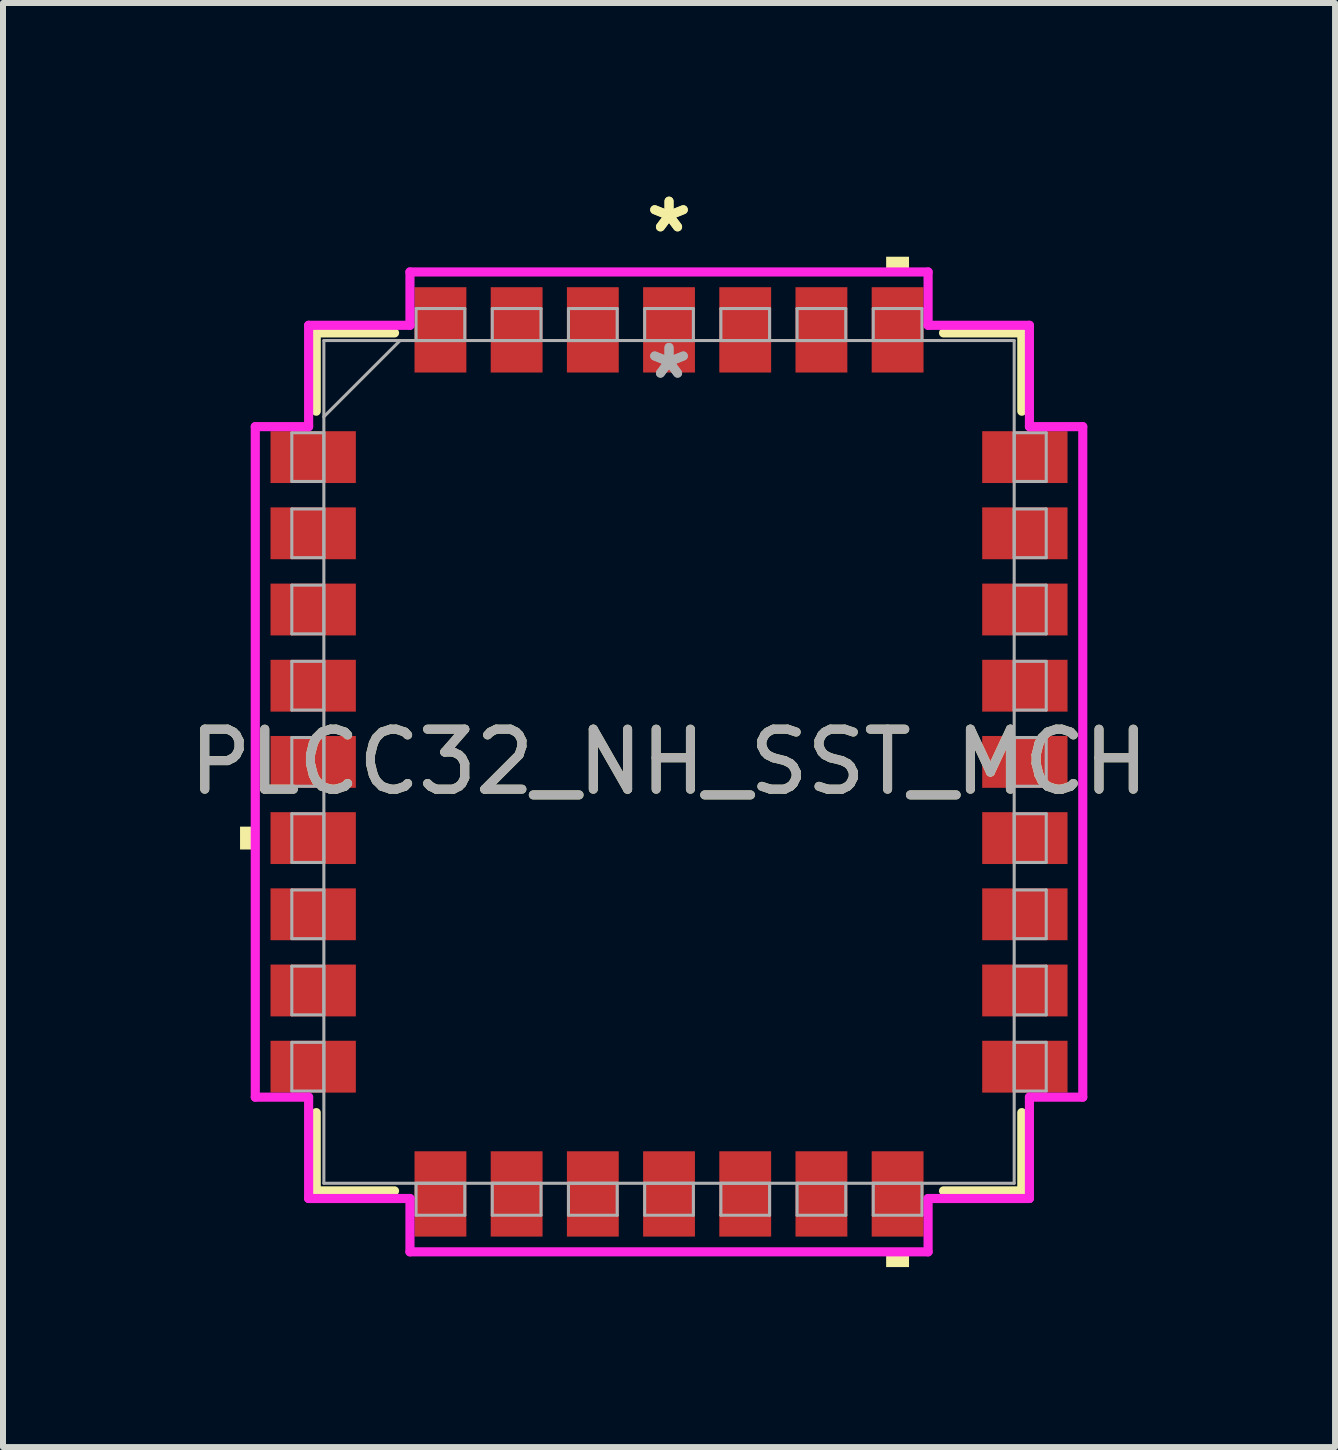
<source format=kicad_pcb>
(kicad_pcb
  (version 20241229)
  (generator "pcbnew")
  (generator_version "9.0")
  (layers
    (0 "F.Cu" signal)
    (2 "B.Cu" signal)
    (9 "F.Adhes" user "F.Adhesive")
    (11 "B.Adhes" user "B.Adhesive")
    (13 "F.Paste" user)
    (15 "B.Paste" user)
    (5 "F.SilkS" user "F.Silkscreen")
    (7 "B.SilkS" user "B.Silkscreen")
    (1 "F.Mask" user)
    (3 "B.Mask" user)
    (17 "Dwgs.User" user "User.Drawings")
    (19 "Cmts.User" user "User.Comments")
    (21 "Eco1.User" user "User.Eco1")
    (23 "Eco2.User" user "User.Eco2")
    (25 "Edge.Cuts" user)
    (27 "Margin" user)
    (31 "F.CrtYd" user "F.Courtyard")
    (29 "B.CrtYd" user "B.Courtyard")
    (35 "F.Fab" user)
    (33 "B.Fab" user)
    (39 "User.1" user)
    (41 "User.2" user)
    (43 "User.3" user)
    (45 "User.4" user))
  (footprint "PLCC32_NH_SST_MCH"
    (layer "F.Cu")
    (at 8.101 9.649)
    (property "Reference" "PLCC32_NH_SST_MCH" (at 0 0 0) (unlocked yes) (layer "F.SilkS") (effects (font (size 1 1) (thickness 0.15))))
    (attr smd)
    (fp_line (start -5.88 -7.15) (end -5.88 -5.845) (stroke (width 0.152) (type solid)) (layer "F.SilkS"))
    (fp_line (start -5.88 5.845) (end -5.88 7.15) (stroke (width 0.152) (type solid)) (layer "F.SilkS"))
    (fp_line (start -5.88 7.15) (end -4.575 7.15) (stroke (width 0.152) (type solid)) (layer "F.SilkS"))
    (fp_line (start -4.575 -7.15) (end -5.88 -7.15) (stroke (width 0.152) (type solid)) (layer "F.SilkS"))
    (fp_line (start 4.575 7.15) (end 5.88 7.15) (stroke (width 0.152) (type solid)) (layer "F.SilkS"))
    (fp_line (start 5.88 -7.15) (end 4.575 -7.15) (stroke (width 0.152) (type solid)) (layer "F.SilkS"))
    (fp_line (start 5.88 -5.845) (end 5.88 -7.15) (stroke (width 0.152) (type solid)) (layer "F.SilkS"))
    (fp_line (start 5.88 7.15) (end 5.88 5.845) (stroke (width 0.152) (type solid)) (layer "F.SilkS"))
    (fp_poly (pts (xy -7.15 1.079) (xy -7.15 1.46) (xy -6.896 1.46) (xy -6.896 1.079)) (stroke (width 0) (type solid)) (fill yes) (layer "F.SilkS"))
    (fp_poly (pts (xy 3.619 -8.166) (xy 3.619 -8.42) (xy 4 -8.42) (xy 4 -8.166)) (stroke (width 0) (type solid)) (fill yes) (layer "F.SilkS"))
    (fp_poly (pts (xy 3.619 8.166) (xy 3.619 8.42) (xy 4 8.42) (xy 4 8.166)) (stroke (width 0) (type solid)) (fill yes) (layer "F.SilkS"))
    (fp_line (start -6.896 -5.588) (end -6.007 -5.588) (stroke (width 0.152) (type solid)) (layer "F.CrtYd"))
    (fp_line (start -6.896 5.588) (end -6.896 -5.588) (stroke (width 0.152) (type solid)) (layer "F.CrtYd"))
    (fp_line (start -6.896 5.588) (end -6.007 5.588) (stroke (width 0.152) (type solid)) (layer "F.CrtYd"))
    (fp_line (start -6.007 -7.277) (end -4.318 -7.277) (stroke (width 0.152) (type solid)) (layer "F.CrtYd"))
    (fp_line (start -6.007 -5.588) (end -6.007 -7.277) (stroke (width 0.152) (type solid)) (layer "F.CrtYd"))
    (fp_line (start -6.007 7.277) (end -6.007 5.588) (stroke (width 0.152) (type solid)) (layer "F.CrtYd"))
    (fp_line (start -4.318 -8.166) (end 4.318 -8.166) (stroke (width 0.152) (type solid)) (layer "F.CrtYd"))
    (fp_line (start -4.318 -7.277) (end -4.318 -8.166) (stroke (width 0.152) (type solid)) (layer "F.CrtYd"))
    (fp_line (start -4.318 7.277) (end -6.007 7.277) (stroke (width 0.152) (type solid)) (layer "F.CrtYd"))
    (fp_line (start -4.318 8.166) (end -4.318 7.277) (stroke (width 0.152) (type solid)) (layer "F.CrtYd"))
    (fp_line (start 4.318 -8.166) (end 4.318 -7.277) (stroke (width 0.152) (type solid)) (layer "F.CrtYd"))
    (fp_line (start 4.318 -7.277) (end 6.007 -7.277) (stroke (width 0.152) (type solid)) (layer "F.CrtYd"))
    (fp_line (start 4.318 7.277) (end 4.318 8.166) (stroke (width 0.152) (type solid)) (layer "F.CrtYd"))
    (fp_line (start 4.318 8.166) (end -4.318 8.166) (stroke (width 0.152) (type solid)) (layer "F.CrtYd"))
    (fp_line (start 6.007 -7.277) (end 6.007 -5.588) (stroke (width 0.152) (type solid)) (layer "F.CrtYd"))
    (fp_line (start 6.007 -5.588) (end 6.896 -5.588) (stroke (width 0.152) (type solid)) (layer "F.CrtYd"))
    (fp_line (start 6.007 5.588) (end 6.007 7.277) (stroke (width 0.152) (type solid)) (layer "F.CrtYd"))
    (fp_line (start 6.007 7.277) (end 4.318 7.277) (stroke (width 0.152) (type solid)) (layer "F.CrtYd"))
    (fp_line (start 6.896 -5.588) (end 6.896 5.588) (stroke (width 0.152) (type solid)) (layer "F.CrtYd"))
    (fp_line (start 6.896 5.588) (end 6.007 5.588) (stroke (width 0.152) (type solid)) (layer "F.CrtYd"))
    (fp_line (start -6.287 -5.486) (end -6.287 -4.674) (stroke (width 0.051) (type solid)) (layer "F.Fab"))
    (fp_line (start -6.287 -4.674) (end -5.753 -4.674) (stroke (width 0.051) (type solid)) (layer "F.Fab"))
    (fp_line (start -6.287 -4.216) (end -6.287 -3.404) (stroke (width 0.051) (type solid)) (layer "F.Fab"))
    (fp_line (start -6.287 -3.404) (end -5.753 -3.404) (stroke (width 0.051) (type solid)) (layer "F.Fab"))
    (fp_line (start -6.287 -2.946) (end -6.287 -2.134) (stroke (width 0.051) (type solid)) (layer "F.Fab"))
    (fp_line (start -6.287 -2.134) (end -5.753 -2.134) (stroke (width 0.051) (type solid)) (layer "F.Fab"))
    (fp_line (start -6.287 -1.676) (end -6.287 -0.864) (stroke (width 0.051) (type solid)) (layer "F.Fab"))
    (fp_line (start -6.287 -0.864) (end -5.753 -0.864) (stroke (width 0.051) (type solid)) (layer "F.Fab"))
    (fp_line (start -6.287 -0.406) (end -6.287 0.406) (stroke (width 0.051) (type solid)) (layer "F.Fab"))
    (fp_line (start -6.287 0.406) (end -5.753 0.406) (stroke (width 0.051) (type solid)) (layer "F.Fab"))
    (fp_line (start -6.287 0.864) (end -6.287 1.676) (stroke (width 0.051) (type solid)) (layer "F.Fab"))
    (fp_line (start -6.287 1.676) (end -5.753 1.676) (stroke (width 0.051) (type solid)) (layer "F.Fab"))
    (fp_line (start -6.287 2.134) (end -6.287 2.946) (stroke (width 0.051) (type solid)) (layer "F.Fab"))
    (fp_line (start -6.287 2.946) (end -5.753 2.946) (stroke (width 0.051) (type solid)) (layer "F.Fab"))
    (fp_line (start -6.287 3.404) (end -6.287 4.216) (stroke (width 0.051) (type solid)) (layer "F.Fab"))
    (fp_line (start -6.287 4.216) (end -5.753 4.216) (stroke (width 0.051) (type solid)) (layer "F.Fab"))
    (fp_line (start -6.287 4.674) (end -6.287 5.486) (stroke (width 0.051) (type solid)) (layer "F.Fab"))
    (fp_line (start -6.287 5.486) (end -5.753 5.486) (stroke (width 0.051) (type solid)) (layer "F.Fab"))
    (fp_line (start -5.753 -7.023) (end -5.753 7.023) (stroke (width 0.051) (type solid)) (layer "F.Fab"))
    (fp_line (start -5.753 -5.753) (end -4.483 -7.023) (stroke (width 0.051) (type solid)) (layer "F.Fab"))
    (fp_line (start -5.753 -5.486) (end -6.287 -5.486) (stroke (width 0.051) (type solid)) (layer "F.Fab"))
    (fp_line (start -5.753 -4.674) (end -5.753 -5.486) (stroke (width 0.051) (type solid)) (layer "F.Fab"))
    (fp_line (start -5.753 -4.216) (end -6.287 -4.216) (stroke (width 0.051) (type solid)) (layer "F.Fab"))
    (fp_line (start -5.753 -3.404) (end -5.753 -4.216) (stroke (width 0.051) (type solid)) (layer "F.Fab"))
    (fp_line (start -5.753 -2.946) (end -6.287 -2.946) (stroke (width 0.051) (type solid)) (layer "F.Fab"))
    (fp_line (start -5.753 -2.134) (end -5.753 -2.946) (stroke (width 0.051) (type solid)) (layer "F.Fab"))
    (fp_line (start -5.753 -1.676) (end -6.287 -1.676) (stroke (width 0.051) (type solid)) (layer "F.Fab"))
    (fp_line (start -5.753 -0.864) (end -5.753 -1.676) (stroke (width 0.051) (type solid)) (layer "F.Fab"))
    (fp_line (start -5.753 -0.406) (end -6.287 -0.406) (stroke (width 0.051) (type solid)) (layer "F.Fab"))
    (fp_line (start -5.753 0.406) (end -5.753 -0.406) (stroke (width 0.051) (type solid)) (layer "F.Fab"))
    (fp_line (start -5.753 0.864) (end -6.287 0.864) (stroke (width 0.051) (type solid)) (layer "F.Fab"))
    (fp_line (start -5.753 1.676) (end -5.753 0.864) (stroke (width 0.051) (type solid)) (layer "F.Fab"))
    (fp_line (start -5.753 2.134) (end -6.287 2.134) (stroke (width 0.051) (type solid)) (layer "F.Fab"))
    (fp_line (start -5.753 2.946) (end -5.753 2.134) (stroke (width 0.051) (type solid)) (layer "F.Fab"))
    (fp_line (start -5.753 3.404) (end -6.287 3.404) (stroke (width 0.051) (type solid)) (layer "F.Fab"))
    (fp_line (start -5.753 4.216) (end -5.753 3.404) (stroke (width 0.051) (type solid)) (layer "F.Fab"))
    (fp_line (start -5.753 4.674) (end -6.287 4.674) (stroke (width 0.051) (type solid)) (layer "F.Fab"))
    (fp_line (start -5.753 5.486) (end -5.753 4.674) (stroke (width 0.051) (type solid)) (layer "F.Fab"))
    (fp_line (start -5.753 7.023) (end 5.753 7.023) (stroke (width 0.051) (type solid)) (layer "F.Fab"))
    (fp_line (start -4.216 -7.556) (end -4.216 -7.023) (stroke (width 0.051) (type solid)) (layer "F.Fab"))
    (fp_line (start -4.216 -7.023) (end -3.404 -7.023) (stroke (width 0.051) (type solid)) (layer "F.Fab"))
    (fp_line (start -4.216 7.023) (end -4.216 7.556) (stroke (width 0.051) (type solid)) (layer "F.Fab"))
    (fp_line (start -4.216 7.556) (end -3.404 7.556) (stroke (width 0.051) (type solid)) (layer "F.Fab"))
    (fp_line (start -3.404 -7.556) (end -4.216 -7.556) (stroke (width 0.051) (type solid)) (layer "F.Fab"))
    (fp_line (start -3.404 -7.023) (end -3.404 -7.556) (stroke (width 0.051) (type solid)) (layer "F.Fab"))
    (fp_line (start -3.404 7.023) (end -4.216 7.023) (stroke (width 0.051) (type solid)) (layer "F.Fab"))
    (fp_line (start -3.404 7.556) (end -3.404 7.023) (stroke (width 0.051) (type solid)) (layer "F.Fab"))
    (fp_line (start -2.946 -7.556) (end -2.946 -7.023) (stroke (width 0.051) (type solid)) (layer "F.Fab"))
    (fp_line (start -2.946 -7.023) (end -2.134 -7.023) (stroke (width 0.051) (type solid)) (layer "F.Fab"))
    (fp_line (start -2.946 7.023) (end -2.946 7.556) (stroke (width 0.051) (type solid)) (layer "F.Fab"))
    (fp_line (start -2.946 7.556) (end -2.134 7.556) (stroke (width 0.051) (type solid)) (layer "F.Fab"))
    (fp_line (start -2.134 -7.556) (end -2.946 -7.556) (stroke (width 0.051) (type solid)) (layer "F.Fab"))
    (fp_line (start -2.134 -7.023) (end -2.134 -7.556) (stroke (width 0.051) (type solid)) (layer "F.Fab"))
    (fp_line (start -2.134 7.023) (end -2.946 7.023) (stroke (width 0.051) (type solid)) (layer "F.Fab"))
    (fp_line (start -2.134 7.556) (end -2.134 7.023) (stroke (width 0.051) (type solid)) (layer "F.Fab"))
    (fp_line (start -1.676 -7.556) (end -1.676 -7.023) (stroke (width 0.051) (type solid)) (layer "F.Fab"))
    (fp_line (start -1.676 -7.023) (end -0.864 -7.023) (stroke (width 0.051) (type solid)) (layer "F.Fab"))
    (fp_line (start -1.676 7.023) (end -1.676 7.556) (stroke (width 0.051) (type solid)) (layer "F.Fab"))
    (fp_line (start -1.676 7.556) (end -0.864 7.556) (stroke (width 0.051) (type solid)) (layer "F.Fab"))
    (fp_line (start -0.864 -7.556) (end -1.676 -7.556) (stroke (width 0.051) (type solid)) (layer "F.Fab"))
    (fp_line (start -0.864 -7.023) (end -0.864 -7.556) (stroke (width 0.051) (type solid)) (layer "F.Fab"))
    (fp_line (start -0.864 7.023) (end -1.676 7.023) (stroke (width 0.051) (type solid)) (layer "F.Fab"))
    (fp_line (start -0.864 7.556) (end -0.864 7.023) (stroke (width 0.051) (type solid)) (layer "F.Fab"))
    (fp_line (start -0.406 -7.556) (end -0.406 -7.023) (stroke (width 0.051) (type solid)) (layer "F.Fab"))
    (fp_line (start -0.406 -7.023) (end 0.406 -7.023) (stroke (width 0.051) (type solid)) (layer "F.Fab"))
    (fp_line (start -0.406 7.023) (end -0.406 7.556) (stroke (width 0.051) (type solid)) (layer "F.Fab"))
    (fp_line (start -0.406 7.556) (end 0.406 7.556) (stroke (width 0.051) (type solid)) (layer "F.Fab"))
    (fp_line (start 0.406 -7.556) (end -0.406 -7.556) (stroke (width 0.051) (type solid)) (layer "F.Fab"))
    (fp_line (start 0.406 -7.023) (end 0.406 -7.556) (stroke (width 0.051) (type solid)) (layer "F.Fab"))
    (fp_line (start 0.406 7.023) (end -0.406 7.023) (stroke (width 0.051) (type solid)) (layer "F.Fab"))
    (fp_line (start 0.406 7.556) (end 0.406 7.023) (stroke (width 0.051) (type solid)) (layer "F.Fab"))
    (fp_line (start 0.864 -7.556) (end 0.864 -7.023) (stroke (width 0.051) (type solid)) (layer "F.Fab"))
    (fp_line (start 0.864 -7.023) (end 1.676 -7.023) (stroke (width 0.051) (type solid)) (layer "F.Fab"))
    (fp_line (start 0.864 7.023) (end 0.864 7.556) (stroke (width 0.051) (type solid)) (layer "F.Fab"))
    (fp_line (start 0.864 7.556) (end 1.676 7.556) (stroke (width 0.051) (type solid)) (layer "F.Fab"))
    (fp_line (start 1.676 -7.556) (end 0.864 -7.556) (stroke (width 0.051) (type solid)) (layer "F.Fab"))
    (fp_line (start 1.676 -7.023) (end 1.676 -7.556) (stroke (width 0.051) (type solid)) (layer "F.Fab"))
    (fp_line (start 1.676 7.023) (end 0.864 7.023) (stroke (width 0.051) (type solid)) (layer "F.Fab"))
    (fp_line (start 1.676 7.556) (end 1.676 7.023) (stroke (width 0.051) (type solid)) (layer "F.Fab"))
    (fp_line (start 2.134 -7.556) (end 2.134 -7.023) (stroke (width 0.051) (type solid)) (layer "F.Fab"))
    (fp_line (start 2.134 -7.023) (end 2.946 -7.023) (stroke (width 0.051) (type solid)) (layer "F.Fab"))
    (fp_line (start 2.134 7.023) (end 2.134 7.556) (stroke (width 0.051) (type solid)) (layer "F.Fab"))
    (fp_line (start 2.134 7.556) (end 2.946 7.556) (stroke (width 0.051) (type solid)) (layer "F.Fab"))
    (fp_line (start 2.946 -7.556) (end 2.134 -7.556) (stroke (width 0.051) (type solid)) (layer "F.Fab"))
    (fp_line (start 2.946 -7.023) (end 2.946 -7.556) (stroke (width 0.051) (type solid)) (layer "F.Fab"))
    (fp_line (start 2.946 7.023) (end 2.134 7.023) (stroke (width 0.051) (type solid)) (layer "F.Fab"))
    (fp_line (start 2.946 7.556) (end 2.946 7.023) (stroke (width 0.051) (type solid)) (layer "F.Fab"))
    (fp_line (start 3.404 -7.556) (end 3.404 -7.023) (stroke (width 0.051) (type solid)) (layer "F.Fab"))
    (fp_line (start 3.404 -7.023) (end 4.216 -7.023) (stroke (width 0.051) (type solid)) (layer "F.Fab"))
    (fp_line (start 3.404 7.023) (end 3.404 7.556) (stroke (width 0.051) (type solid)) (layer "F.Fab"))
    (fp_line (start 3.404 7.556) (end 4.216 7.556) (stroke (width 0.051) (type solid)) (layer "F.Fab"))
    (fp_line (start 4.216 -7.556) (end 3.404 -7.556) (stroke (width 0.051) (type solid)) (layer "F.Fab"))
    (fp_line (start 4.216 -7.023) (end 4.216 -7.556) (stroke (width 0.051) (type solid)) (layer "F.Fab"))
    (fp_line (start 4.216 7.023) (end 3.404 7.023) (stroke (width 0.051) (type solid)) (layer "F.Fab"))
    (fp_line (start 4.216 7.556) (end 4.216 7.023) (stroke (width 0.051) (type solid)) (layer "F.Fab"))
    (fp_line (start 5.753 -7.023) (end -5.753 -7.023) (stroke (width 0.051) (type solid)) (layer "F.Fab"))
    (fp_line (start 5.753 -5.486) (end 5.753 -4.674) (stroke (width 0.051) (type solid)) (layer "F.Fab"))
    (fp_line (start 5.753 -4.674) (end 6.287 -4.674) (stroke (width 0.051) (type solid)) (layer "F.Fab"))
    (fp_line (start 5.753 -4.216) (end 5.753 -3.404) (stroke (width 0.051) (type solid)) (layer "F.Fab"))
    (fp_line (start 5.753 -3.404) (end 6.287 -3.404) (stroke (width 0.051) (type solid)) (layer "F.Fab"))
    (fp_line (start 5.753 -2.946) (end 5.753 -2.134) (stroke (width 0.051) (type solid)) (layer "F.Fab"))
    (fp_line (start 5.753 -2.134) (end 6.287 -2.134) (stroke (width 0.051) (type solid)) (layer "F.Fab"))
    (fp_line (start 5.753 -1.676) (end 5.753 -0.864) (stroke (width 0.051) (type solid)) (layer "F.Fab"))
    (fp_line (start 5.753 -0.864) (end 6.287 -0.864) (stroke (width 0.051) (type solid)) (layer "F.Fab"))
    (fp_line (start 5.753 -0.406) (end 5.753 0.406) (stroke (width 0.051) (type solid)) (layer "F.Fab"))
    (fp_line (start 5.753 0.406) (end 6.287 0.406) (stroke (width 0.051) (type solid)) (layer "F.Fab"))
    (fp_line (start 5.753 0.864) (end 5.753 1.676) (stroke (width 0.051) (type solid)) (layer "F.Fab"))
    (fp_line (start 5.753 1.676) (end 6.287 1.676) (stroke (width 0.051) (type solid)) (layer "F.Fab"))
    (fp_line (start 5.753 2.134) (end 5.753 2.946) (stroke (width 0.051) (type solid)) (layer "F.Fab"))
    (fp_line (start 5.753 2.946) (end 6.287 2.946) (stroke (width 0.051) (type solid)) (layer "F.Fab"))
    (fp_line (start 5.753 3.404) (end 5.753 4.216) (stroke (width 0.051) (type solid)) (layer "F.Fab"))
    (fp_line (start 5.753 4.216) (end 6.287 4.216) (stroke (width 0.051) (type solid)) (layer "F.Fab"))
    (fp_line (start 5.753 4.674) (end 5.753 5.486) (stroke (width 0.051) (type solid)) (layer "F.Fab"))
    (fp_line (start 5.753 5.486) (end 6.287 5.486) (stroke (width 0.051) (type solid)) (layer "F.Fab"))
    (fp_line (start 5.753 7.023) (end 5.753 -7.023) (stroke (width 0.051) (type solid)) (layer "F.Fab"))
    (fp_line (start 6.287 -5.486) (end 5.753 -5.486) (stroke (width 0.051) (type solid)) (layer "F.Fab"))
    (fp_line (start 6.287 -4.674) (end 6.287 -5.486) (stroke (width 0.051) (type solid)) (layer "F.Fab"))
    (fp_line (start 6.287 -4.216) (end 5.753 -4.216) (stroke (width 0.051) (type solid)) (layer "F.Fab"))
    (fp_line (start 6.287 -3.404) (end 6.287 -4.216) (stroke (width 0.051) (type solid)) (layer "F.Fab"))
    (fp_line (start 6.287 -2.946) (end 5.753 -2.946) (stroke (width 0.051) (type solid)) (layer "F.Fab"))
    (fp_line (start 6.287 -2.134) (end 6.287 -2.946) (stroke (width 0.051) (type solid)) (layer "F.Fab"))
    (fp_line (start 6.287 -1.676) (end 5.753 -1.676) (stroke (width 0.051) (type solid)) (layer "F.Fab"))
    (fp_line (start 6.287 -0.864) (end 6.287 -1.676) (stroke (width 0.051) (type solid)) (layer "F.Fab"))
    (fp_line (start 6.287 -0.406) (end 5.753 -0.406) (stroke (width 0.051) (type solid)) (layer "F.Fab"))
    (fp_line (start 6.287 0.406) (end 6.287 -0.406) (stroke (width 0.051) (type solid)) (layer "F.Fab"))
    (fp_line (start 6.287 0.864) (end 5.753 0.864) (stroke (width 0.051) (type solid)) (layer "F.Fab"))
    (fp_line (start 6.287 1.676) (end 6.287 0.864) (stroke (width 0.051) (type solid)) (layer "F.Fab"))
    (fp_line (start 6.287 2.134) (end 5.753 2.134) (stroke (width 0.051) (type solid)) (layer "F.Fab"))
    (fp_line (start 6.287 2.946) (end 6.287 2.134) (stroke (width 0.051) (type solid)) (layer "F.Fab"))
    (fp_line (start 6.287 3.404) (end 5.753 3.404) (stroke (width 0.051) (type solid)) (layer "F.Fab"))
    (fp_line (start 6.287 4.216) (end 6.287 3.404) (stroke (width 0.051) (type solid)) (layer "F.Fab"))
    (fp_line (start 6.287 4.674) (end 5.753 4.674) (stroke (width 0.051) (type solid)) (layer "F.Fab"))
    (fp_line (start 6.287 5.486) (end 6.287 4.674) (stroke (width 0.051) (type solid)) (layer "F.Fab"))
    (fp_text user "*" (at 0 -8.801 0) (unlocked yes) (layer "F.SilkS") (effects (font (size 1 1) (thickness 0.15))))
    (fp_text user "*" (at 0 -8.801 0) (layer "F.SilkS") (effects (font (size 1 1) (thickness 0.15))))
    (fp_text user "${REFERENCE}" (at 0 0 0) (unlocked yes) (layer "F.Fab") (effects (font (size 1 1) (thickness 0.15))))
    (fp_text user "*" (at 0 -6.363 0) (layer "F.Fab") (effects (font (size 1 1) (thickness 0.15))))
    (fp_text user "*" (at 0 -6.363 0) (unlocked yes) (layer "F.Fab") (effects (font (size 1 1) (thickness 0.15))))
    (pad "1" smd rect (at 0 -7.201) (size 0.864 1.422) (layers "F.Cu" "F.Mask" "F.Paste"))
    (pad "2" smd rect (at -1.27 -7.201) (size 0.864 1.422) (layers "F.Cu" "F.Mask" "F.Paste"))
    (pad "3" smd rect (at -2.54 -7.201) (size 0.864 1.422) (layers "F.Cu" "F.Mask" "F.Paste"))
    (pad "4" smd rect (at -3.81 -7.201) (size 0.864 1.422) (layers "F.Cu" "F.Mask" "F.Paste"))
    (pad "5" smd rect (at -5.931 -5.08 90) (size 0.864 1.422) (layers "F.Cu" "F.Mask" "F.Paste"))
    (pad "6" smd rect (at -5.931 -3.81 90) (size 0.864 1.422) (layers "F.Cu" "F.Mask" "F.Paste"))
    (pad "7" smd rect (at -5.931 -2.54 90) (size 0.864 1.422) (layers "F.Cu" "F.Mask" "F.Paste"))
    (pad "8" smd rect (at -5.931 -1.27 90) (size 0.864 1.422) (layers "F.Cu" "F.Mask" "F.Paste"))
    (pad "9" smd rect (at -5.931 0 90) (size 0.864 1.422) (layers "F.Cu" "F.Mask" "F.Paste"))
    (pad "10" smd rect (at -5.931 1.27 90) (size 0.864 1.422) (layers "F.Cu" "F.Mask" "F.Paste"))
    (pad "11" smd rect (at -5.931 2.54 90) (size 0.864 1.422) (layers "F.Cu" "F.Mask" "F.Paste"))
    (pad "12" smd rect (at -5.931 3.81 90) (size 0.864 1.422) (layers "F.Cu" "F.Mask" "F.Paste"))
    (pad "13" smd rect (at -5.931 5.08 90) (size 0.864 1.422) (layers "F.Cu" "F.Mask" "F.Paste"))
    (pad "14" smd rect (at -3.81 7.201) (size 0.864 1.422) (layers "F.Cu" "F.Mask" "F.Paste"))
    (pad "15" smd rect (at -2.54 7.201) (size 0.864 1.422) (layers "F.Cu" "F.Mask" "F.Paste"))
    (pad "16" smd rect (at -1.27 7.201) (size 0.864 1.422) (layers "F.Cu" "F.Mask" "F.Paste"))
    (pad "17" smd rect (at 0 7.201) (size 0.864 1.422) (layers "F.Cu" "F.Mask" "F.Paste"))
    (pad "18" smd rect (at 1.27 7.201) (size 0.864 1.422) (layers "F.Cu" "F.Mask" "F.Paste"))
    (pad "19" smd rect (at 2.54 7.201) (size 0.864 1.422) (layers "F.Cu" "F.Mask" "F.Paste"))
    (pad "20" smd rect (at 3.81 7.201) (size 0.864 1.422) (layers "F.Cu" "F.Mask" "F.Paste"))
    (pad "21" smd rect (at 5.931 5.08 90) (size 0.864 1.422) (layers "F.Cu" "F.Mask" "F.Paste"))
    (pad "22" smd rect (at 5.931 3.81 90) (size 0.864 1.422) (layers "F.Cu" "F.Mask" "F.Paste"))
    (pad "23" smd rect (at 5.931 2.54 90) (size 0.864 1.422) (layers "F.Cu" "F.Mask" "F.Paste"))
    (pad "24" smd rect (at 5.931 1.27 90) (size 0.864 1.422) (layers "F.Cu" "F.Mask" "F.Paste"))
    (pad "25" smd rect (at 5.931 0 90) (size 0.864 1.422) (layers "F.Cu" "F.Mask" "F.Paste"))
    (pad "26" smd rect (at 5.931 -1.27 90) (size 0.864 1.422) (layers "F.Cu" "F.Mask" "F.Paste"))
    (pad "27" smd rect (at 5.931 -2.54 90) (size 0.864 1.422) (layers "F.Cu" "F.Mask" "F.Paste"))
    (pad "28" smd rect (at 5.931 -3.81 90) (size 0.864 1.422) (layers "F.Cu" "F.Mask" "F.Paste"))
    (pad "29" smd rect (at 5.931 -5.08 90) (size 0.864 1.422) (layers "F.Cu" "F.Mask" "F.Paste"))
    (pad "30" smd rect (at 3.81 -7.201) (size 0.864 1.422) (layers "F.Cu" "F.Mask" "F.Paste"))
    (pad "31" smd rect (at 2.54 -7.201) (size 0.864 1.422) (layers "F.Cu" "F.Mask" "F.Paste"))
    (pad "32" smd rect (at 1.27 -7.201) (size 0.864 1.422) (layers "F.Cu" "F.Mask" "F.Paste")))
  (gr_rect
    (start -3 -3)
    (end 19.202 21.069)
    (stroke (width 0.1) (type default))
    (fill no)
    (layer "Edge.Cuts")))
</source>
